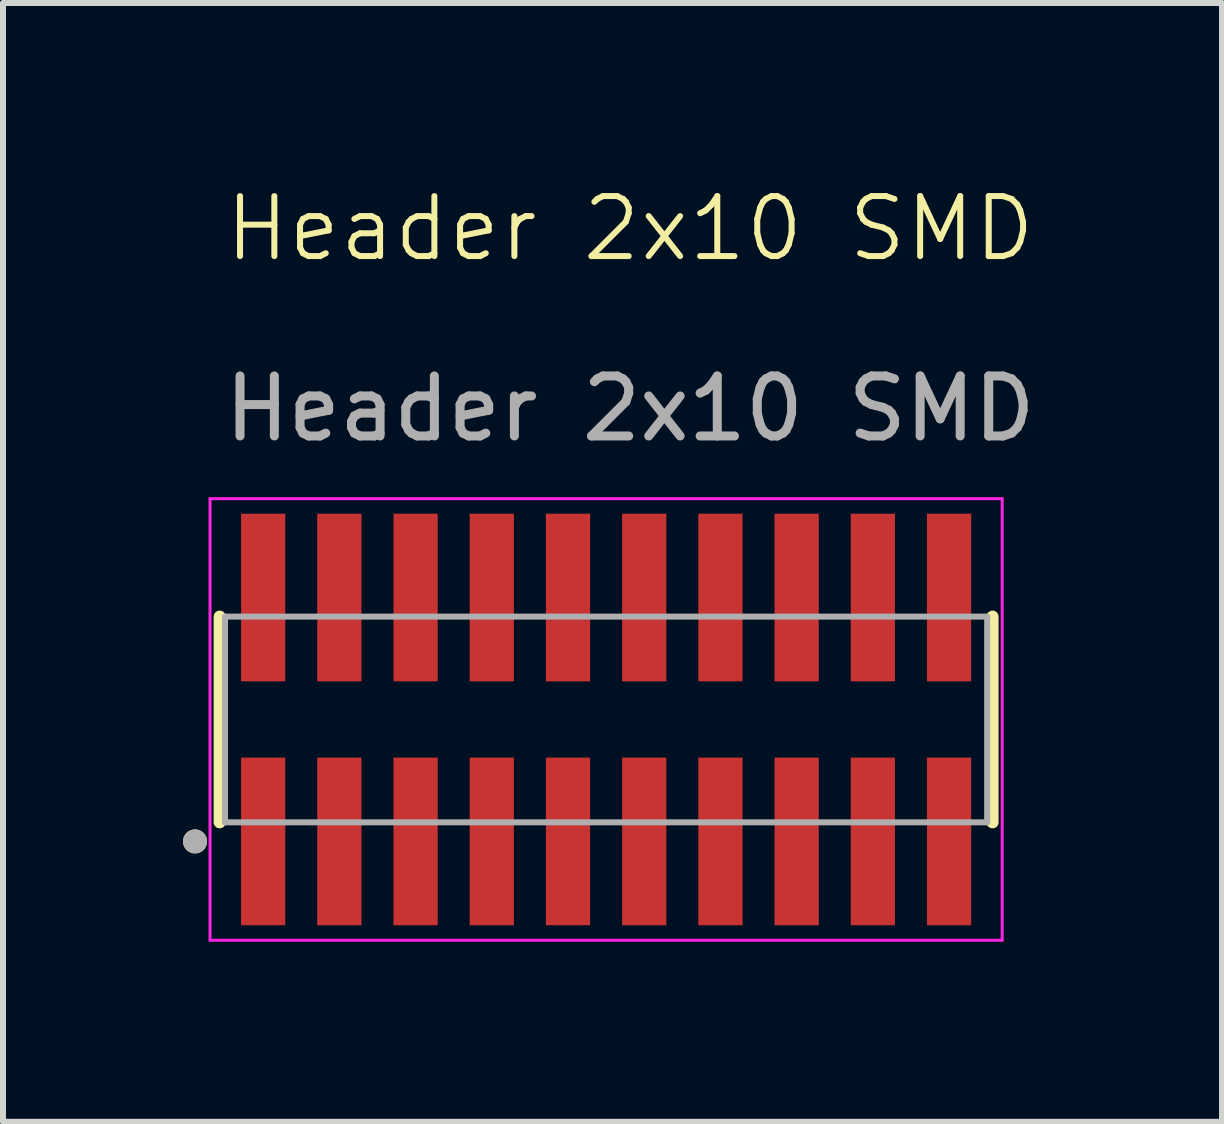
<source format=kicad_pcb>
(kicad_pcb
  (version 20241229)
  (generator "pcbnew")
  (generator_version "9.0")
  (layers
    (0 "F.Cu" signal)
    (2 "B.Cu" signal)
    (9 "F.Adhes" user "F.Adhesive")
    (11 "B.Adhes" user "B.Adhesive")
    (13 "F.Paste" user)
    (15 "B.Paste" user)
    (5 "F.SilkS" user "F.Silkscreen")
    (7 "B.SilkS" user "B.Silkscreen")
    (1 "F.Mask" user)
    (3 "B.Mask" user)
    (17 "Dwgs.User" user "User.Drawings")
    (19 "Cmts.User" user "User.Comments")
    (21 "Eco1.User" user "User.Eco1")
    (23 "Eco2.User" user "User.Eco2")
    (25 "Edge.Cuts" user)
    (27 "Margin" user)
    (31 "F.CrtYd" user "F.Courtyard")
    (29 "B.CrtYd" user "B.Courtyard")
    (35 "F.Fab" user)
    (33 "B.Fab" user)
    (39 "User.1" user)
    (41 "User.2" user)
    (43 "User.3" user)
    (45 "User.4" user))
  (footprint "Header 2x10 SMD"
    (layer "F.Cu")
    (at 7.215 8.707)
    (property "Reference" "Header 2x10 SMD" (at 0.235 -7.947 0) (unlocked yes) (layer "F.SilkS") (effects (font (size 1 1) (thickness 0.1))))
    (attr smd)
    (fp_line (start -6.605 1.946) (end -6.605 -1.482) (stroke (width 0.2) (type solid)) (layer "F.SilkS"))
    (fp_line (start 6.275 -1.482) (end 6.275 1.946) (stroke (width 0.2) (type solid)) (layer "F.SilkS"))
    (fp_circle (center -7.015 2.264) (end -6.915 2.264) (stroke (width 0.2) (type solid)) (fill no) (layer "F.SilkS"))
    (fp_line (start -6.765 -3.447) (end 6.435 -3.447) (stroke (width 0.05) (type solid)) (layer "F.CrtYd"))
    (fp_line (start -6.765 3.911) (end -6.765 -3.447) (stroke (width 0.05) (type solid)) (layer "F.CrtYd"))
    (fp_line (start 6.435 -3.447) (end 6.435 3.911) (stroke (width 0.05) (type solid)) (layer "F.CrtYd"))
    (fp_line (start 6.435 3.911) (end -6.765 3.911) (stroke (width 0.05) (type solid)) (layer "F.CrtYd"))
    (fp_line (start -6.515 -1.482) (end 6.185 -1.482) (stroke (width 0.1) (type solid)) (layer "F.Fab"))
    (fp_line (start -6.515 1.946) (end -6.515 -1.482) (stroke (width 0.1) (type solid)) (layer "F.Fab"))
    (fp_line (start 6.185 -1.482) (end 6.185 1.946) (stroke (width 0.1) (type solid)) (layer "F.Fab"))
    (fp_line (start 6.185 1.946) (end -6.515 1.946) (stroke (width 0.1) (type solid)) (layer "F.Fab"))
    (fp_circle (center -7.015 2.264) (end -6.915 2.264) (stroke (width 0.2) (type solid)) (fill no) (layer "F.Fab"))
    (fp_text user "${REFERENCE}" (at 0.235 -4.947 0) (unlocked yes) (layer "F.Fab") (effects (font (size 1 1) (thickness 0.15))))
    (pad "3V3" smd rect (at -4.61 2.264) (size 0.737 2.794) (layers "F.Cu" "F.Mask" "F.Paste"))
    (pad "3V3_2" smd rect (at -4.61 -1.8) (size 0.737 2.794) (layers "F.Cu" "F.Mask" "F.Paste"))
    (pad "5V" smd rect (at -5.88 2.264) (size 0.737 2.794) (layers "F.Cu" "F.Mask" "F.Paste"))
    (pad "5V_2" smd rect (at -5.88 -1.8) (size 0.737 2.794) (layers "F.Cu" "F.Mask" "F.Paste"))
    (pad "GND" smd rect (at 5.55 2.264) (size 0.737 2.794) (layers "F.Cu" "F.Mask" "F.Paste"))
    (pad "GND_2" smd rect (at 5.55 -1.8) (size 0.737 2.794) (layers "F.Cu" "F.Mask" "F.Paste"))
    (pad "IO1" smd rect (at -3.34 2.264) (size 0.737 2.794) (layers "F.Cu" "F.Mask" "F.Paste"))
    (pad "IO2" smd rect (at -2.07 2.264) (size 0.737 2.794) (layers "F.Cu" "F.Mask" "F.Paste"))
    (pad "IO3" smd rect (at -0.8 2.264) (size 0.737 2.794) (layers "F.Cu" "F.Mask" "F.Paste"))
    (pad "IO4" smd rect (at 0.47 2.264) (size 0.737 2.794) (layers "F.Cu" "F.Mask" "F.Paste"))
    (pad "IO5" smd rect (at 1.74 2.264) (size 0.737 2.794) (layers "F.Cu" "F.Mask" "F.Paste"))
    (pad "IO6" smd rect (at 3.01 2.264) (size 0.737 2.794) (layers "F.Cu" "F.Mask" "F.Paste"))
    (pad "IO7" smd rect (at 4.28 2.264) (size 0.737 2.794) (layers "F.Cu" "F.Mask" "F.Paste"))
    (pad "IO8" smd rect (at -3.34 -1.8) (size 0.737 2.794) (layers "F.Cu" "F.Mask" "F.Paste"))
    (pad "IO9" smd rect (at -2.07 -1.8) (size 0.737 2.794) (layers "F.Cu" "F.Mask" "F.Paste"))
    (pad "IO10" smd rect (at -0.8 -1.8) (size 0.737 2.794) (layers "F.Cu" "F.Mask" "F.Paste"))
    (pad "IO11" smd rect (at 0.47 -1.8) (size 0.737 2.794) (layers "F.Cu" "F.Mask" "F.Paste"))
    (pad "IO12" smd rect (at 1.74 -1.8) (size 0.737 2.794) (layers "F.Cu" "F.Mask" "F.Paste"))
    (pad "IO13" smd rect (at 3.01 -1.8) (size 0.737 2.794) (layers "F.Cu" "F.Mask" "F.Paste"))
    (pad "IO14" smd rect (at 4.28 -1.8) (size 0.737 2.794) (layers "F.Cu" "F.Mask" "F.Paste")))
  (gr_rect
    (start -3 -3)
    (end 17.313 15.643)
    (stroke (width 0.1) (type default))
    (fill no)
    (layer "Edge.Cuts")))
</source>
